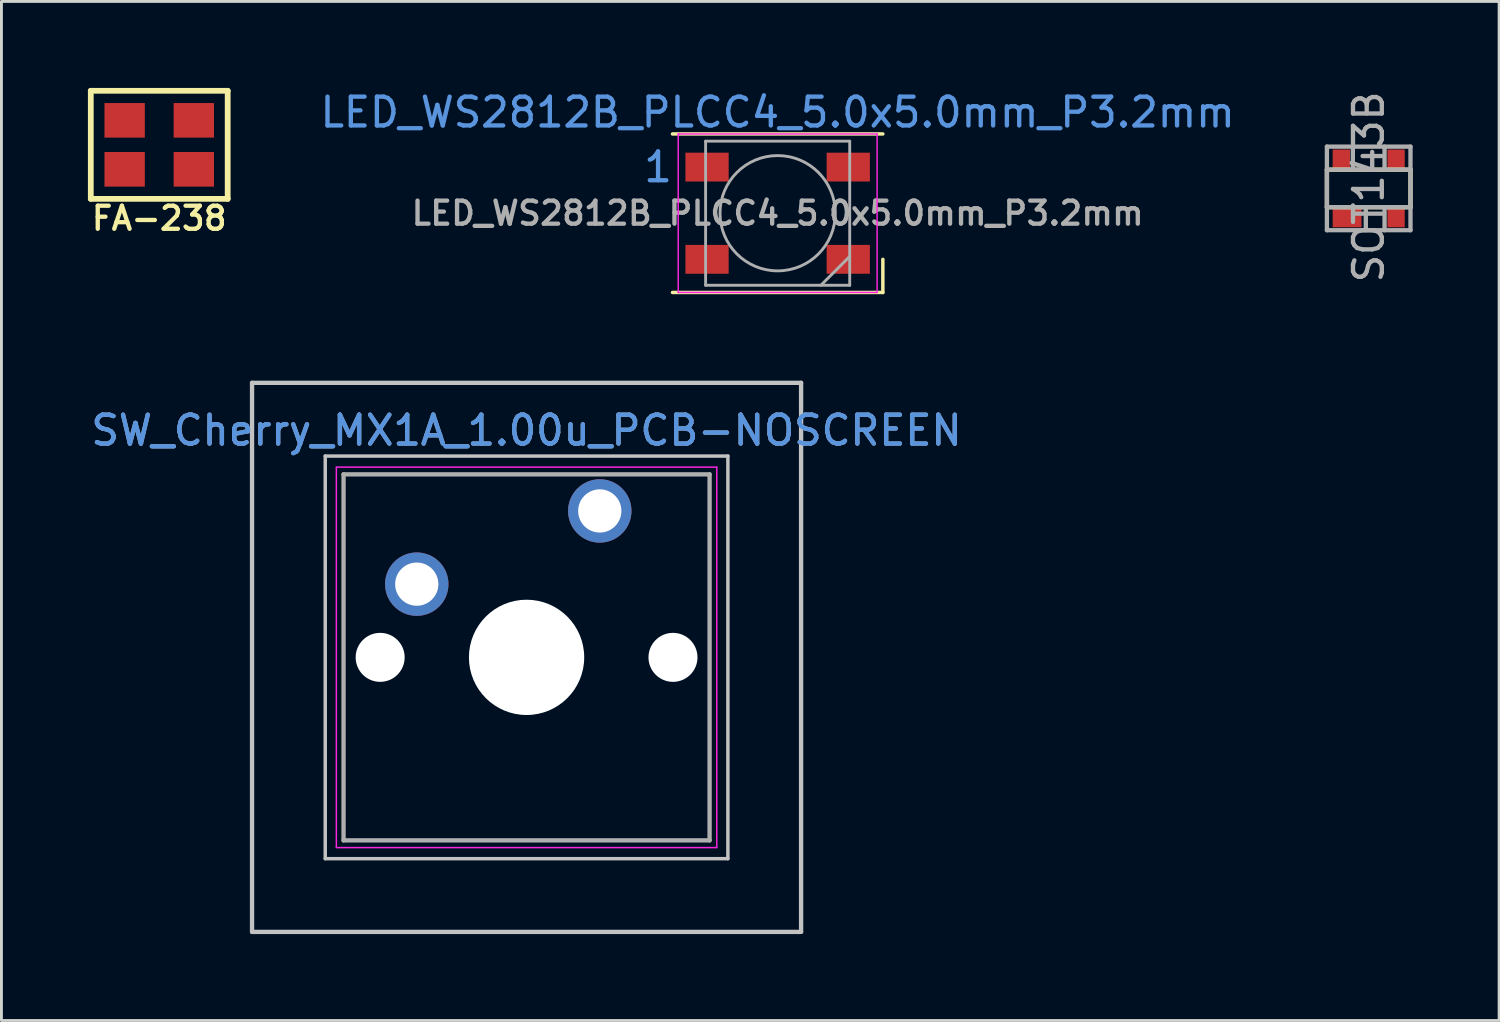
<source format=kicad_pcb>
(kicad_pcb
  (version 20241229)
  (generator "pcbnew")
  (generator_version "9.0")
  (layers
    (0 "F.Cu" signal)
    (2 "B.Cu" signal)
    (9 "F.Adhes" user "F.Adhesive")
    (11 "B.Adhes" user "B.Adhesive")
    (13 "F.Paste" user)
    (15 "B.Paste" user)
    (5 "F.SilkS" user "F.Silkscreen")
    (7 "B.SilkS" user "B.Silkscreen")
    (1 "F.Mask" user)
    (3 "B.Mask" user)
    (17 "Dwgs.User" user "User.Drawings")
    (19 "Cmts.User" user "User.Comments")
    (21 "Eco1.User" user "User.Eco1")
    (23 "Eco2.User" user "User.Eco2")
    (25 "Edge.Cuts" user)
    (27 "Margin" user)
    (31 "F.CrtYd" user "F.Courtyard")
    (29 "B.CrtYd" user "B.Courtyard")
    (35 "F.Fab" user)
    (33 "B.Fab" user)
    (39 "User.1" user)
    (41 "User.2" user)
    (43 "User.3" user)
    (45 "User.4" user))
  (footprint "SOT143B"
    (layer "F.Cu")
    (at 44.439 3.487)
    (property "Reference" "SOT143B" (at 0 -0.052 270) (layer "F.Fab") (effects (font (size 1 1) (thickness 0.15))))
    (attr smd)
    (fp_line (start -1.45 -0.65) (end -1.45 0.65) (stroke (width 0.15) (type solid)) (layer "F.SilkS"))
    (fp_line (start -1.45 -0.65) (end 1.45 -0.65) (stroke (width 0.15) (type solid)) (layer "F.SilkS"))
    (fp_line (start -1.45 0.65) (end 1.45 0.65) (stroke (width 0.15) (type solid)) (layer "F.SilkS"))
    (fp_line (start 1.45 0.65) (end 1.45 -0.65) (stroke (width 0.15) (type solid)) (layer "F.SilkS"))
    (fp_line (start -1.45 -1.45) (end 1.45 -1.45) (stroke (width 0.15) (type solid)) (layer "F.Fab"))
    (fp_line (start -1.45 -0.65) (end 1.45 -0.65) (stroke (width 0.15) (type solid)) (layer "F.Fab"))
    (fp_line (start -1.45 1.45) (end -1.45 -1.45) (stroke (width 0.15) (type solid)) (layer "F.Fab"))
    (fp_line (start -0.55 -0.65) (end -0.55 -1.45) (stroke (width 0.15) (type solid)) (layer "F.Fab"))
    (fp_line (start -0.1 0.65) (end -0.1 1.45) (stroke (width 0.15) (type solid)) (layer "F.Fab"))
    (fp_line (start 0.55 -1.45) (end 0.55 -0.65) (stroke (width 0.15) (type solid)) (layer "F.Fab"))
    (fp_line (start 0.55 1.45) (end 0.55 0.65) (stroke (width 0.15) (type solid)) (layer "F.Fab"))
    (fp_line (start 1.45 -1.45) (end 1.45 1.45) (stroke (width 0.15) (type solid)) (layer "F.Fab"))
    (fp_line (start 1.45 0.65) (end -1.45 0.65) (stroke (width 0.15) (type solid)) (layer "F.Fab"))
    (fp_line (start 1.45 1.45) (end -1.45 1.45) (stroke (width 0.15) (type solid)) (layer "F.Fab"))
    (pad "1" smd rect (at -0.75 1) (size 1 0.7) (layers "F.Cu" "F.Mask" "F.Paste"))
    (pad "2" smd rect (at 0.95 1) (size 0.6 0.7) (layers "F.Cu" "F.Mask" "F.Paste"))
    (pad "3" smd rect (at 0.95 -1) (size 0.6 0.7) (layers "F.Cu" "F.Mask" "F.Paste"))
    (pad "4" smd rect (at -0.95 -1) (size 0.6 0.7) (layers "F.Cu" "F.Mask" "F.Paste")))
  (footprint "LED_WS2812B_PLCC4_5.0x5.0mm_P3.2mm"
    (layer "F.Cu")
    (at 23.932 4.348)
    (property "Reference" "LED_WS2812B_PLCC4_5.0x5.0mm_P3.2mm" (at 0 -3.5 0) (layer "Cmts.User") (effects (font (size 1 1) (thickness 0.15))))
    (attr smd)
    (fp_line (start -3.65 -2.75) (end 3.65 -2.75) (stroke (width 0.12) (type solid)) (layer "F.SilkS"))
    (fp_line (start -3.65 2.75) (end 3.65 2.75) (stroke (width 0.12) (type solid)) (layer "F.SilkS"))
    (fp_line (start 3.65 2.75) (end 3.65 1.6) (stroke (width 0.12) (type solid)) (layer "F.SilkS"))
    (fp_line (start -3.45 -2.75) (end -3.45 2.75) (stroke (width 0.05) (type solid)) (layer "F.CrtYd"))
    (fp_line (start -3.45 2.75) (end 3.45 2.75) (stroke (width 0.05) (type solid)) (layer "F.CrtYd"))
    (fp_line (start 3.45 -2.75) (end -3.45 -2.75) (stroke (width 0.05) (type solid)) (layer "F.CrtYd"))
    (fp_line (start 3.45 2.75) (end 3.45 -2.75) (stroke (width 0.05) (type solid)) (layer "F.CrtYd"))
    (fp_line (start -2.5 -2.5) (end -2.5 2.5) (stroke (width 0.1) (type solid)) (layer "F.Fab"))
    (fp_line (start -2.5 2.5) (end 2.5 2.5) (stroke (width 0.1) (type solid)) (layer "F.Fab"))
    (fp_line (start 2.5 -2.5) (end -2.5 -2.5) (stroke (width 0.1) (type solid)) (layer "F.Fab"))
    (fp_line (start 2.5 1.5) (end 1.5 2.5) (stroke (width 0.1) (type solid)) (layer "F.Fab"))
    (fp_line (start 2.5 2.5) (end 2.5 -2.5) (stroke (width 0.1) (type solid)) (layer "F.Fab"))
    (fp_circle (center 0 0) (end 0 -2) (stroke (width 0.1) (type solid)) (fill no) (layer "F.Fab"))
    (fp_text user "1" (at -4.15 -1.6 0) (layer "Cmts.User") (effects (font (size 1 1) (thickness 0.15))))
    (fp_text user "${REFERENCE}" (at 0 0 0) (layer "F.Fab") (effects (font (size 0.8 0.8) (thickness 0.15))))
    (pad "1" smd rect (at -2.45 -1.6) (size 1.5 1) (layers "F.Cu" "F.Mask" "F.Paste"))
    (pad "2" smd rect (at -2.45 1.6) (size 1.5 1) (layers "F.Cu" "F.Mask" "F.Paste"))
    (pad "3" smd rect (at 2.45 1.6) (size 1.5 1) (layers "F.Cu" "F.Mask" "F.Paste"))
    (pad "4" smd rect (at 2.45 -1.6) (size 1.5 1) (layers "F.Cu" "F.Mask" "F.Paste")))
  (footprint "SW_Cherry_MX1A_1.00u_PCB-NOSCREEN"
    (layer "F.Cu")
    (at 17.76 14.678)
    (property "Reference" "SW_Cherry_MX1A_1.00u_PCB-NOSCREEN" (at -2.54 -2.794 0) (layer "Cmts.User") (effects (font (size 1 1) (thickness 0.15))))
    (attr through_hole)
    (fp_line (start -12.065 -4.445) (end 6.985 -4.445) (stroke (width 0.15) (type solid)) (layer "Dwgs.User"))
    (fp_line (start -12.065 14.605) (end -12.065 -4.445) (stroke (width 0.15) (type solid)) (layer "Dwgs.User"))
    (fp_line (start -9.525 -1.905) (end 4.445 -1.905) (stroke (width 0.12) (type solid)) (layer "Dwgs.User"))
    (fp_line (start -9.525 12.065) (end -9.525 -1.905) (stroke (width 0.12) (type solid)) (layer "Dwgs.User"))
    (fp_line (start 4.445 -1.905) (end 4.445 12.065) (stroke (width 0.12) (type solid)) (layer "Dwgs.User"))
    (fp_line (start 4.445 12.065) (end -9.525 12.065) (stroke (width 0.12) (type solid)) (layer "Dwgs.User"))
    (fp_line (start 6.985 -4.445) (end 6.985 14.605) (stroke (width 0.15) (type solid)) (layer "Dwgs.User"))
    (fp_line (start 6.985 14.605) (end -12.065 14.605) (stroke (width 0.15) (type solid)) (layer "Dwgs.User"))
    (fp_line (start -9.14 -1.52) (end 4.06 -1.52) (stroke (width 0.05) (type solid)) (layer "F.CrtYd"))
    (fp_line (start -9.14 11.68) (end -9.14 -1.52) (stroke (width 0.05) (type solid)) (layer "F.CrtYd"))
    (fp_line (start 4.06 -1.52) (end 4.06 11.68) (stroke (width 0.05) (type solid)) (layer "F.CrtYd"))
    (fp_line (start 4.06 11.68) (end -9.14 11.68) (stroke (width 0.05) (type solid)) (layer "F.CrtYd"))
    (fp_line (start -8.89 -1.27) (end 3.81 -1.27) (stroke (width 0.15) (type solid)) (layer "F.Fab"))
    (fp_line (start -8.89 11.43) (end -8.89 -1.27) (stroke (width 0.15) (type solid)) (layer "F.Fab"))
    (fp_line (start 3.81 -1.27) (end 3.81 11.43) (stroke (width 0.15) (type solid)) (layer "F.Fab"))
    (fp_line (start 3.81 11.43) (end -8.89 11.43) (stroke (width 0.15) (type solid)) (layer "F.Fab"))
    (fp_text user "${REFERENCE}" (at -2.54 -2.794 0) (layer "F.Fab") (effects (font (size 1 1) (thickness 0.15))))
    (pad "" np_thru_hole circle (at -7.62 5.08) (size 1.7 1.7) (drill 1.7) (layers "*.Cu" "*.Mask"))
    (pad "" np_thru_hole circle (at -2.54 5.08) (size 4 4) (drill 4) (layers "*.Cu" "*.Mask"))
    (pad "" np_thru_hole circle (at 2.54 5.08) (size 1.7 1.7) (drill 1.7) (layers "*.Cu" "*.Mask"))
    (pad "1" thru_hole circle (at 0 0) (size 2.2 2.2) (drill 1.5) (layers "*.Cu" "*.Mask"))
    (pad "2" thru_hole circle (at -6.35 2.54) (size 2.2 2.2) (drill 1.5) (layers "*.Cu" "*.Mask")))
  (footprint "FA-238"
    (layer "F.Cu")
    (at 2.475 1.975)
    (property "Reference" "FA-238" (at 0 2.55 0) (layer "F.SilkS") (effects (font (size 0.8 0.8) (thickness 0.15))))
    (attr through_hole)
    (fp_line (start -2.375 -1.875) (end 2.375 -1.875) (stroke (width 0.2) (type solid)) (layer "F.SilkS"))
    (fp_line (start -2.375 1.875) (end -2.375 -1.875) (stroke (width 0.2) (type solid)) (layer "F.SilkS"))
    (fp_line (start 2.375 -1.875) (end 2.375 1.875) (stroke (width 0.2) (type solid)) (layer "F.SilkS"))
    (fp_line (start 2.375 1.875) (end -2.375 1.875) (stroke (width 0.2) (type solid)) (layer "F.SilkS"))
    (pad "1" smd rect (at -1.1 0.8) (size 1.4 1.2) (drill (offset -0.1 0.05)) (layers "F.Cu" "F.Mask" "F.Paste"))
    (pad "2" smd rect (at 1.1 -0.8) (size 1.4 1.2) (drill (offset 0.1 -0.05)) (layers "F.Cu" "F.Mask" "F.Paste"))
    (pad "3" smd rect (at -1.1 -0.8) (size 1.4 1.2) (drill (offset -0.1 -0.05)) (layers "F.Cu" "F.Mask" "F.Paste"))
    (pad "3" smd rect (at 1.1 0.8) (size 1.4 1.2) (drill (offset 0.1 0.05)) (layers "F.Cu" "F.Mask" "F.Paste")))
  (gr_rect
    (start -3 -3)
    (end 48.964 32.358)
    (stroke (width 0.1) (type default))
    (fill no)
    (layer "Edge.Cuts")))
</source>
